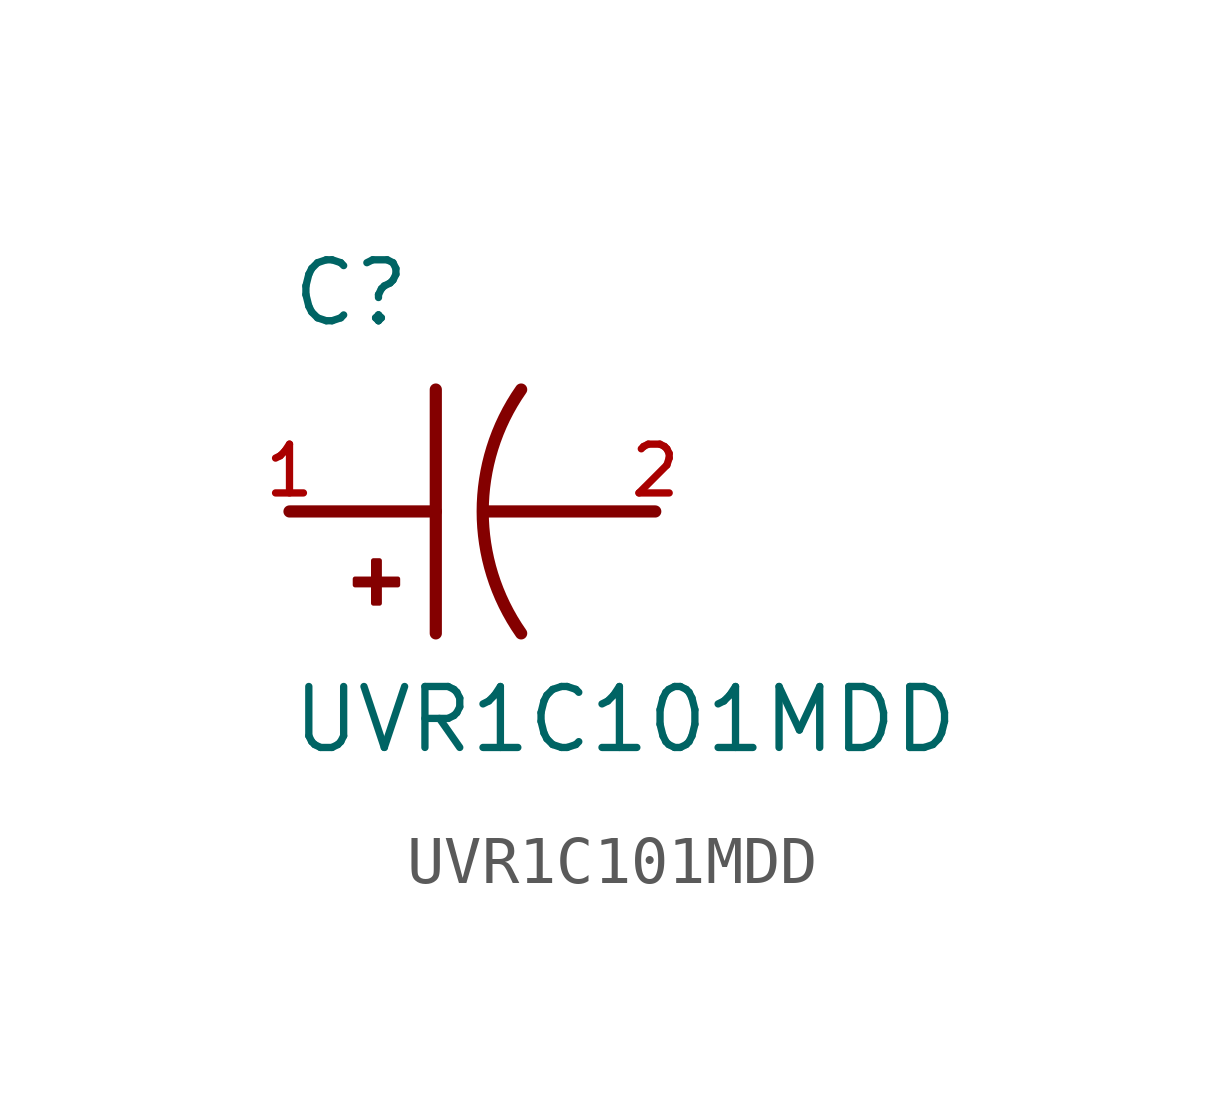
<source format=kicad_sym>
(kicad_symbol_lib
  (version 20211014)
  (generator kicad_symbol_editor)
  (symbol "UVR1C101MDD"
    (pin_names
      (offset 1.016))
    (property "Reference" "C"
      (at -5.08 3.81 0)
      (effects (font (size 1.27 1.27)) (justify bottom left)))
    (property "Value" "UVR1C101MDD"
      (at -5.08 -5.08 0)
      (effects (font (size 1.27 1.27)) (justify bottom left)))
    (symbol "UVR1C101MDD_0_0"
      (arc (start -0.254 -2.54) (mid -1.0549 -0.0) (end -0.254 2.54) (stroke (width 0.254) (type default) (color 0 0 0 0)) (fill (type none)))
      (polyline (pts (xy -1.016 0.0) (xy 2.54 0.0)) (stroke (width 0.254)))
      (polyline (pts (xy -5.08 0.0) (xy -2.032 0.0)) (stroke (width 0.254)))
      (polyline (pts (xy -2.032 2.54) (xy -2.032 -2.54)) (stroke (width 0.254)))
      (rectangle (start -3.713 -1.532) (end -2.824 -1.405) (stroke (width 0.1)) (fill (type outline)))
      (rectangle (start -3.332 -1.913) (end -3.205 -1.024) (stroke (width 0.1)) (fill (type outline)))
      (pin passive line (at -5.08 0.0 0) (length 0) (name "~" (effects (font (size 1.016 1.016)))) (number "1" (effects (font (size 1.016 1.016)))))
      (pin passive line (at 2.54 0.0 180.0) (length 0) (name "~" (effects (font (size 1.016 1.016)))) (number "2" (effects (font (size 1.016 1.016))))))))
</source>
